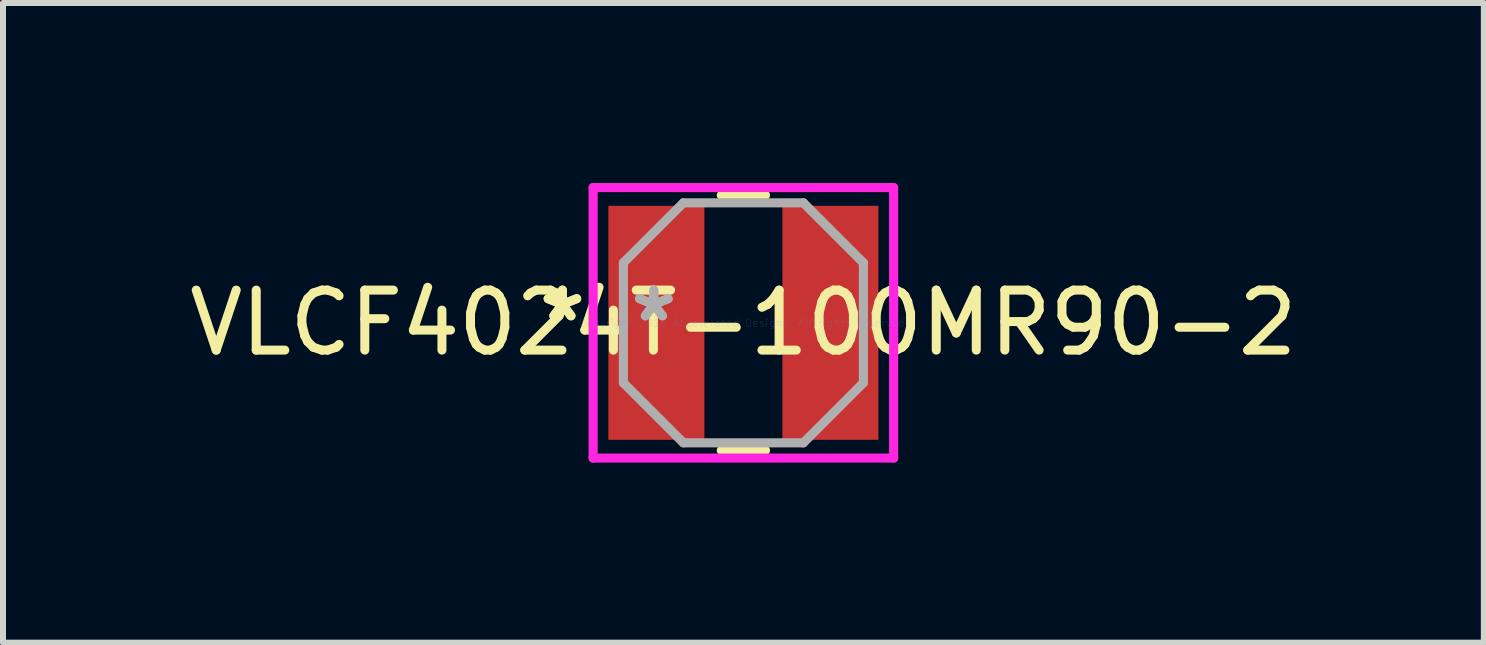
<source format=kicad_pcb>
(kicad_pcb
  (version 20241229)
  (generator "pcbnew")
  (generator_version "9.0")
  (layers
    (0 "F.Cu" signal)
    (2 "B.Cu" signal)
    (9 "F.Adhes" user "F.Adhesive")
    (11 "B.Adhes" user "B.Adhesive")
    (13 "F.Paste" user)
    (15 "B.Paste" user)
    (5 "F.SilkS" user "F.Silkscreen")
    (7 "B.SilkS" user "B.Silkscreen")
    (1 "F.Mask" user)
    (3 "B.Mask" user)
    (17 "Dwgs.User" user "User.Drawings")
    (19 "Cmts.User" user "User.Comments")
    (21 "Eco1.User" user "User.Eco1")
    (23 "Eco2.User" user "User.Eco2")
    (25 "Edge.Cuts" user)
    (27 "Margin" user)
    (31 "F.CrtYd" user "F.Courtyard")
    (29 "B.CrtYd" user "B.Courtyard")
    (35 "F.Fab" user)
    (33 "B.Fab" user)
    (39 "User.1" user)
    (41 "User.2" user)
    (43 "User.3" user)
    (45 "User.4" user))
  (footprint "VLCF4024T-100MR90-2"
    (layer "F.Cu")
    (at 9.339 2.33)
    (property "Reference" "VLCF4024T-100MR90-2" (at 0 0 0) (layer "F.SilkS") (effects (font (size 1 1) (thickness 0.15))))
    (attr through_hole)
    (fp_line (start -0.368 2.127) (end 0.368 2.127) (stroke (width 0.152) (type solid)) (layer "F.SilkS"))
    (fp_line (start 0.368 -2.127) (end -0.368 -2.127) (stroke (width 0.152) (type solid)) (layer "F.SilkS"))
    (fp_line (start -2.504 -2.254) (end 2.504 -2.254) (stroke (width 0.152) (type solid)) (layer "F.CrtYd"))
    (fp_line (start -2.504 2.254) (end -2.504 -2.254) (stroke (width 0.152) (type solid)) (layer "F.CrtYd"))
    (fp_line (start 2.504 -2.254) (end 2.504 2.254) (stroke (width 0.152) (type solid)) (layer "F.CrtYd"))
    (fp_line (start 2.504 2.254) (end -2.504 2.254) (stroke (width 0.152) (type solid)) (layer "F.CrtYd"))
    (fp_line (start -2 -1) (end -2 1) (stroke (width 0.152) (type solid)) (layer "F.Fab"))
    (fp_line (start -2 1) (end -1 2) (stroke (width 0.152) (type solid)) (layer "F.Fab"))
    (fp_line (start -1 -2) (end -2 -1) (stroke (width 0.152) (type solid)) (layer "F.Fab"))
    (fp_line (start -1 2) (end 1 2) (stroke (width 0.152) (type solid)) (layer "F.Fab"))
    (fp_line (start 1 -2) (end -1 -2) (stroke (width 0.152) (type solid)) (layer "F.Fab"))
    (fp_line (start 1 2) (end 2 1) (stroke (width 0.152) (type solid)) (layer "F.Fab"))
    (fp_line (start 2 -1) (end 1 -2) (stroke (width 0.152) (type solid)) (layer "F.Fab"))
    (fp_line (start 2 1) (end 2 -1) (stroke (width 0.152) (type solid)) (layer "F.Fab"))
    (fp_text user "*" (at -3.016 0 0) (layer "F.SilkS") (effects (font (size 1 1) (thickness 0.15))))
    (fp_text user "*" (at -3.016 0 0) (layer "F.SilkS") (effects (font (size 1 1) (thickness 0.15))))
    (fp_text user "Copyright 2016 Accelerated Designs. All rights reserved." (at 0 0 0) (layer "Cmts.User") (effects (font (size 0.127 0.127) (thickness 0.002))))
    (fp_text user "*" (at -1.492 0 0) (layer "F.Fab") (effects (font (size 1 1) (thickness 0.15))))
    (fp_text user "*" (at -1.492 0 0) (layer "F.Fab") (effects (font (size 1 1) (thickness 0.15))))
    (pad "1" smd rect (at -1.45 0) (size 1.6 3.9) (layers "F.Cu" "F.Mask" "F.Paste"))
    (pad "2" smd rect (at 1.45 0) (size 1.6 3.9) (layers "F.Cu" "F.Mask" "F.Paste")))
  (gr_rect
    (start -3 -3)
    (end 21.679 7.66)
    (stroke (width 0.1) (type default))
    (fill no)
    (layer "Edge.Cuts")))
</source>
